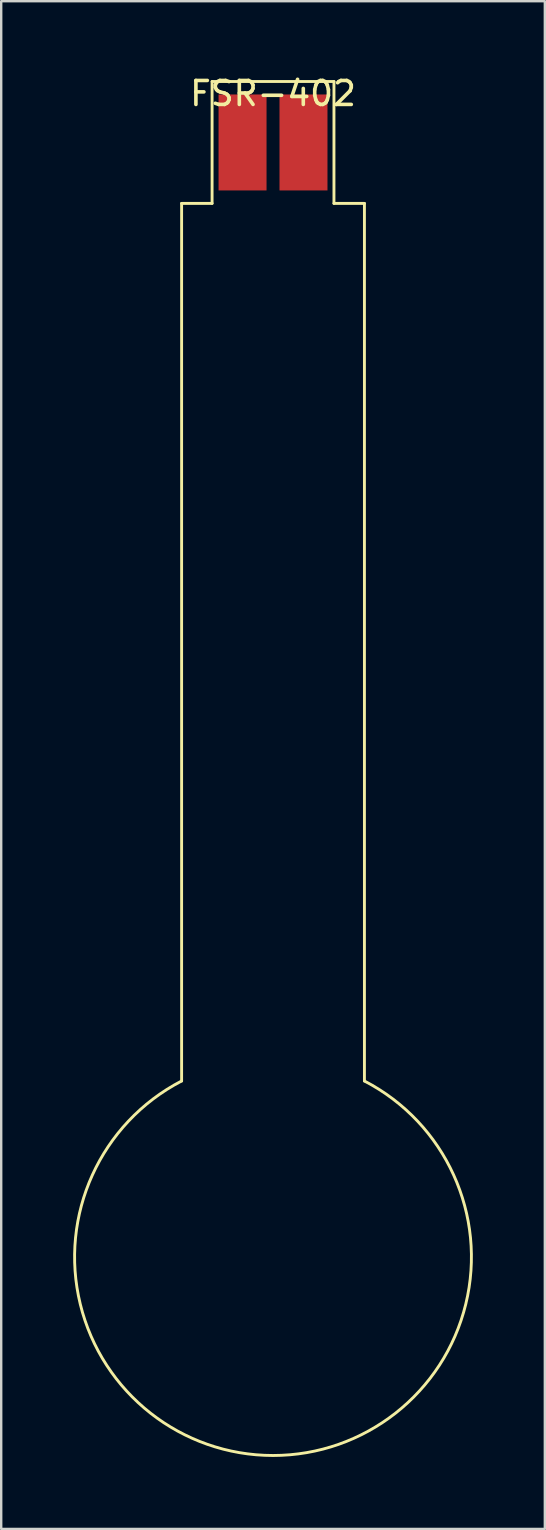
<source format=kicad_pcb>
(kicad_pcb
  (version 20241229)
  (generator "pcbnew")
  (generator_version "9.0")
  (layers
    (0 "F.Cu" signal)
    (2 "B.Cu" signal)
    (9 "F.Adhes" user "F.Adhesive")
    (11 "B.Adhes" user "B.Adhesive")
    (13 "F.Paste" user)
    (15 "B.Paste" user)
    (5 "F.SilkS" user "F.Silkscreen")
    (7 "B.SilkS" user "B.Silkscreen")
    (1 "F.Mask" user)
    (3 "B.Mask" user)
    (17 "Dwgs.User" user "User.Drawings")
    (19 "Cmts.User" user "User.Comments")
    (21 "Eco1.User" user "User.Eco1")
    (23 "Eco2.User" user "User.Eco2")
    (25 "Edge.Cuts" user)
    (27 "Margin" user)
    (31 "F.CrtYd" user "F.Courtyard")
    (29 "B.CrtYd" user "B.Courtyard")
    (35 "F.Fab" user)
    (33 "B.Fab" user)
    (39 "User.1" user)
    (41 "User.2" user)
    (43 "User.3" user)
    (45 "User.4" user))
  (footprint "FSR-402"
    (layer "F.Cu")
    (at 8.33 0.348)
    (property "Reference" "FSR-402" (at 0 0.5 0) (layer "F.SilkS") (effects (font (size 1 1) (thickness 0.15))))
    (attr through_hole)
    (fp_line (start -3.81 5.08) (end -3.81 41.66) (stroke (width 0.12) (type solid)) (layer "F.SilkS"))
    (fp_line (start -2.54 0) (end 2.54 0) (stroke (width 0.12) (type solid)) (layer "F.SilkS"))
    (fp_line (start -2.54 5.08) (end -3.81 5.08) (stroke (width 0.12) (type solid)) (layer "F.SilkS"))
    (fp_line (start -2.54 5.08) (end -2.54 0) (stroke (width 0.12) (type solid)) (layer "F.SilkS"))
    (fp_line (start 2.54 0) (end 2.54 5.08) (stroke (width 0.12) (type solid)) (layer "F.SilkS"))
    (fp_line (start 2.54 5.08) (end 3.81 5.08) (stroke (width 0.12) (type solid)) (layer "F.SilkS"))
    (fp_line (start 3.81 5.08) (end 3.81 41.66) (stroke (width 0.12) (type solid)) (layer "F.SilkS"))
    (fp_arc (start 3.81 41.66) (mid 0 57.269927) (end -3.81 41.66) (stroke (width 0.12) (type solid)) (layer "F.SilkS"))
    (pad "1" smd rect (at -1.27 2.54) (size 2 4) (layers "F.Cu" "F.Mask" "F.Paste"))
    (pad "2" smd rect (at 1.27 2.54) (size 2 4) (layers "F.Cu" "F.Mask" "F.Paste")))
  (gr_rect
    (start -3 -3)
    (end 19.66 60.678)
    (stroke (width 0.1) (type default))
    (fill no)
    (layer "Edge.Cuts")))
</source>
